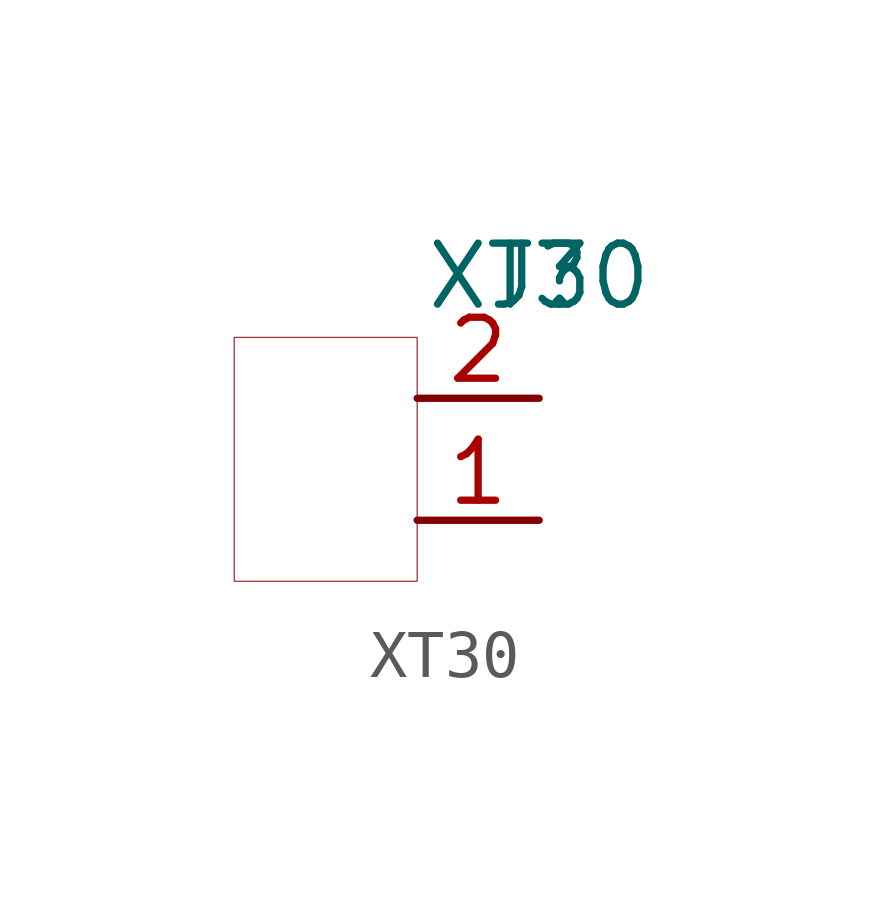
<source format=kicad_sym>
(kicad_symbol_lib
  (version 20201005)
  (generator kicad_symbol_editor)
  (symbol "CM4IO:XT30"
    (property "Reference" "J"
      (at 0 0 0)
      (effects (font (size 1.27 1.27))))
    (property "Value" "XT30"
      (at 0 0 0)
      (effects (font (size 1.27 1.27))))
    (symbol "XT30_0_1"
      (rectangle (start -2.54 -6.35) (end -6.35 -1.27) (stroke (width 0.001)) (fill (type none))))
    (symbol "XT30_1_1"
      (pin input line (at 0 -2.54 180) (length 2.54) (name "" (effects (font (size 1.27 1.27)))) (number "2" (effects (font (size 1.27 1.27)))))
      (pin input line (at 0 -5.08 180) (length 2.54) (name "" (effects (font (size 1.27 1.27)))) (number "1" (effects (font (size 1.27 1.27))))))))
</source>
